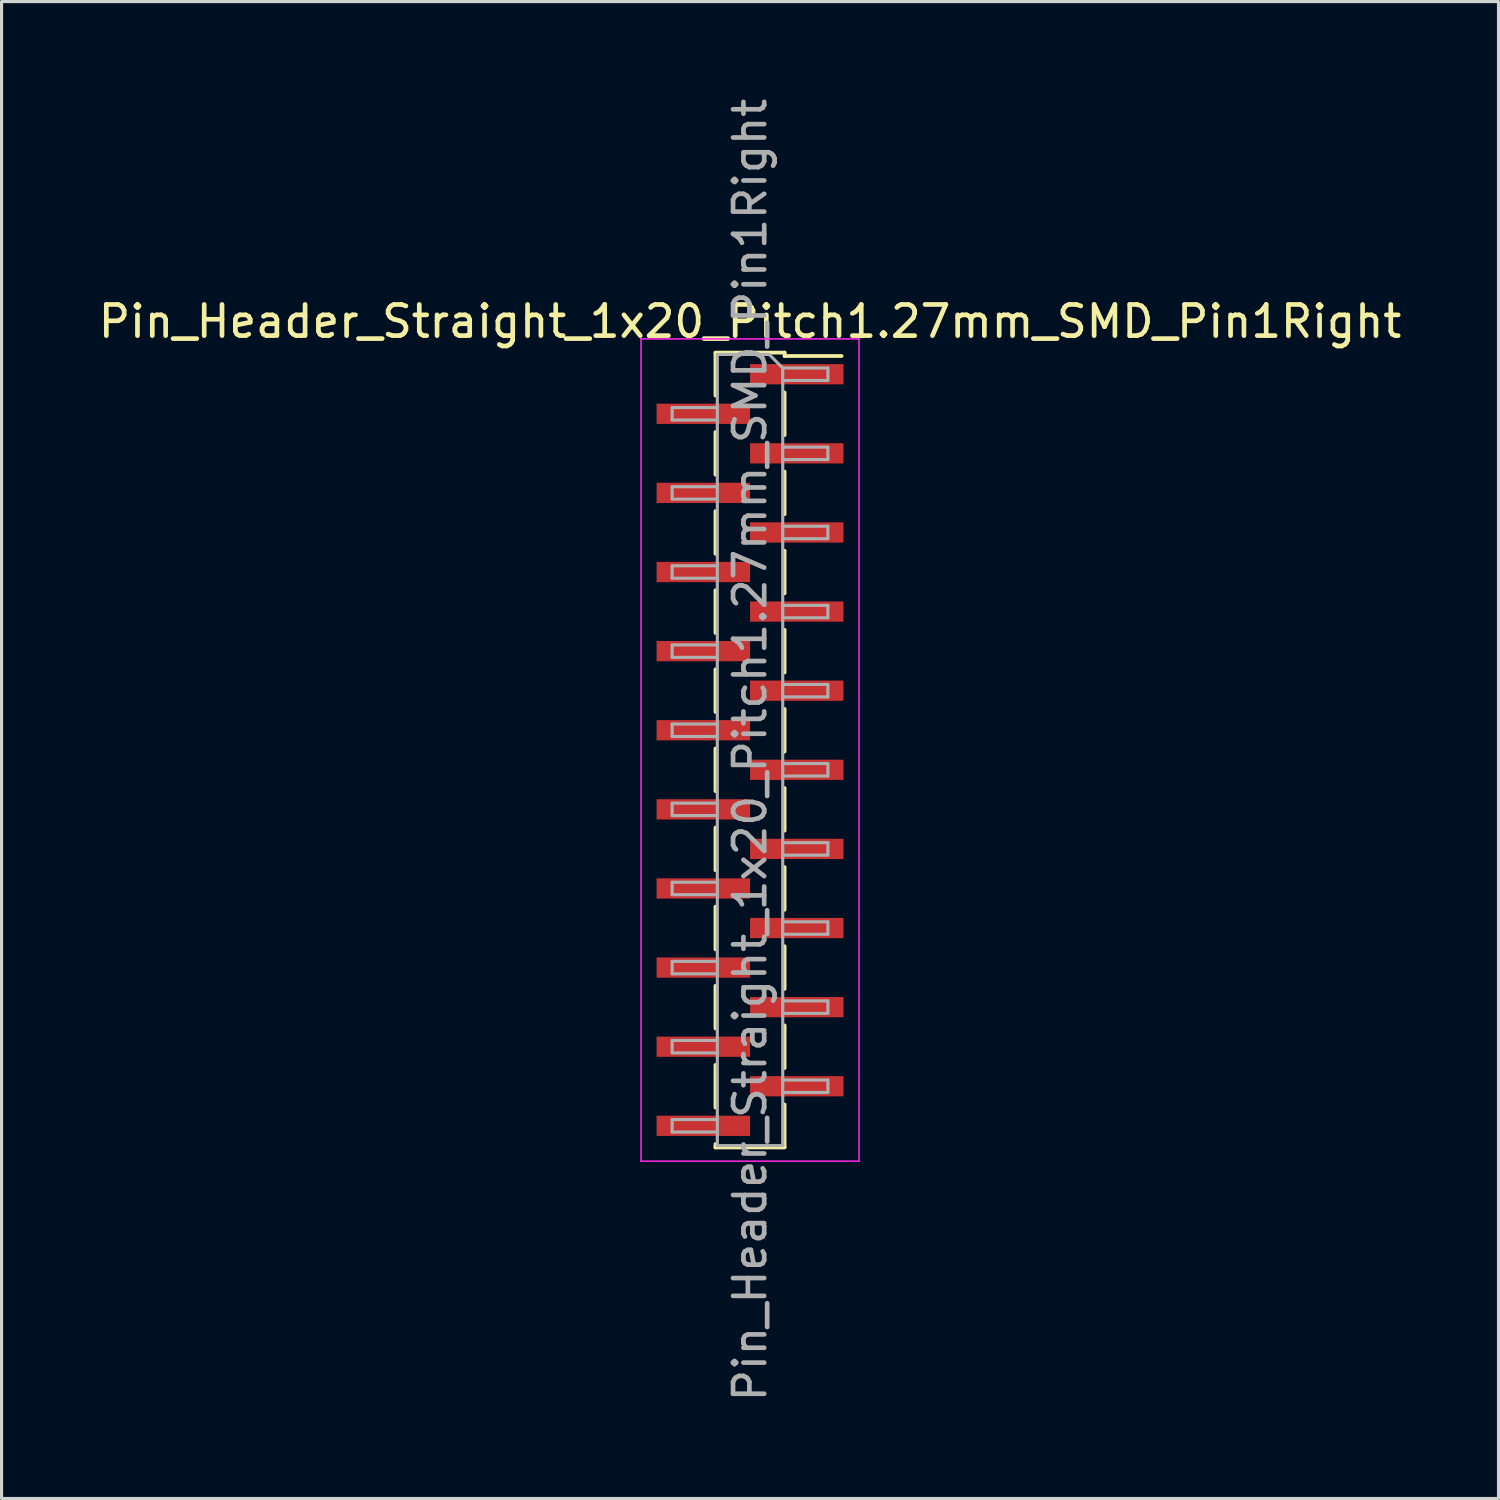
<source format=kicad_pcb>
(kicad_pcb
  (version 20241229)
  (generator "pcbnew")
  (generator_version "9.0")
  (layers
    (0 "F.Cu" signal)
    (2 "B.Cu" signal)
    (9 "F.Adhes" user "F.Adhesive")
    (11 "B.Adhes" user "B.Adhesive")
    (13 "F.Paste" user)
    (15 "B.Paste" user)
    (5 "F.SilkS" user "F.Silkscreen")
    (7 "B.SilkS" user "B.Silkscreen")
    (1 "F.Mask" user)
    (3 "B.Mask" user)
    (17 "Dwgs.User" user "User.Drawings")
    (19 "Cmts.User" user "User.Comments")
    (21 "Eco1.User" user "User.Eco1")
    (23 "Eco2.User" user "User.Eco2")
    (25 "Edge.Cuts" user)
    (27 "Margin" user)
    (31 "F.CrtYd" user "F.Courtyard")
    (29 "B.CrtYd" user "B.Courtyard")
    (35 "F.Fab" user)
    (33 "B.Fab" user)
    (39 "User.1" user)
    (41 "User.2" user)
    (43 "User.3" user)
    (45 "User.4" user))
  (footprint "Pin_Header_Straight_1x20_Pitch1.27mm_SMD_Pin1Right"
    (layer "F.Cu")
    (at 21.03 21.03)
    (property "Reference" "Pin_Header_Straight_1x20_Pitch1.27mm_SMD_Pin1Right" (at 0 -13.76 0) (layer "F.SilkS") (effects (font (size 1 1) (thickness 0.15))))
    (attr smd)
    (fp_line (start -1.11 -12.76) (end 1.11 -12.76) (stroke (width 0.12) (type solid)) (layer "F.SilkS"))
    (fp_line (start -1.11 -12.75) (end -1.11 -11.38) (stroke (width 0.12) (type solid)) (layer "F.SilkS"))
    (fp_line (start -1.11 -10.21) (end -1.11 -8.84) (stroke (width 0.12) (type solid)) (layer "F.SilkS"))
    (fp_line (start -1.11 -7.67) (end -1.11 -6.3) (stroke (width 0.12) (type solid)) (layer "F.SilkS"))
    (fp_line (start -1.11 -5.13) (end -1.11 -3.76) (stroke (width 0.12) (type solid)) (layer "F.SilkS"))
    (fp_line (start -1.11 -2.59) (end -1.11 -1.22) (stroke (width 0.12) (type solid)) (layer "F.SilkS"))
    (fp_line (start -1.11 -0.05) (end -1.11 1.32) (stroke (width 0.12) (type solid)) (layer "F.SilkS"))
    (fp_line (start -1.11 2.49) (end -1.11 3.86) (stroke (width 0.12) (type solid)) (layer "F.SilkS"))
    (fp_line (start -1.11 5.03) (end -1.11 6.4) (stroke (width 0.12) (type solid)) (layer "F.SilkS"))
    (fp_line (start -1.11 7.57) (end -1.11 8.94) (stroke (width 0.12) (type solid)) (layer "F.SilkS"))
    (fp_line (start -1.11 10.11) (end -1.11 11.48) (stroke (width 0.12) (type solid)) (layer "F.SilkS"))
    (fp_line (start -1.11 12.65) (end -1.11 12.76) (stroke (width 0.12) (type solid)) (layer "F.SilkS"))
    (fp_line (start -1.11 12.76) (end 1.11 12.76) (stroke (width 0.12) (type solid)) (layer "F.SilkS"))
    (fp_line (start 1.11 -12.76) (end 1.11 -12.65) (stroke (width 0.12) (type solid)) (layer "F.SilkS"))
    (fp_line (start 1.11 -12.65) (end 2.94 -12.65) (stroke (width 0.12) (type solid)) (layer "F.SilkS"))
    (fp_line (start 1.11 -11.48) (end 1.11 -10.11) (stroke (width 0.12) (type solid)) (layer "F.SilkS"))
    (fp_line (start 1.11 -8.94) (end 1.11 -7.57) (stroke (width 0.12) (type solid)) (layer "F.SilkS"))
    (fp_line (start 1.11 -6.4) (end 1.11 -5.03) (stroke (width 0.12) (type solid)) (layer "F.SilkS"))
    (fp_line (start 1.11 -3.86) (end 1.11 -2.49) (stroke (width 0.12) (type solid)) (layer "F.SilkS"))
    (fp_line (start 1.11 -1.32) (end 1.11 0.05) (stroke (width 0.12) (type solid)) (layer "F.SilkS"))
    (fp_line (start 1.11 1.22) (end 1.11 2.59) (stroke (width 0.12) (type solid)) (layer "F.SilkS"))
    (fp_line (start 1.11 3.76) (end 1.11 5.13) (stroke (width 0.12) (type solid)) (layer "F.SilkS"))
    (fp_line (start 1.11 6.3) (end 1.11 7.67) (stroke (width 0.12) (type solid)) (layer "F.SilkS"))
    (fp_line (start 1.11 8.84) (end 1.11 10.21) (stroke (width 0.12) (type solid)) (layer "F.SilkS"))
    (fp_line (start 1.11 11.38) (end 1.11 12.75) (stroke (width 0.12) (type solid)) (layer "F.SilkS"))
    (fp_line (start -3.5 -13.2) (end -3.5 13.2) (stroke (width 0.05) (type solid)) (layer "F.CrtYd"))
    (fp_line (start -3.5 13.2) (end 3.5 13.2) (stroke (width 0.05) (type solid)) (layer "F.CrtYd"))
    (fp_line (start 3.5 -13.2) (end -3.5 -13.2) (stroke (width 0.05) (type solid)) (layer "F.CrtYd"))
    (fp_line (start 3.5 13.2) (end 3.5 -13.2) (stroke (width 0.05) (type solid)) (layer "F.CrtYd"))
    (fp_line (start -2.5 -10.995) (end -2.5 -10.595) (stroke (width 0.1) (type solid)) (layer "F.Fab"))
    (fp_line (start -2.5 -10.595) (end -1.05 -10.595) (stroke (width 0.1) (type solid)) (layer "F.Fab"))
    (fp_line (start -2.5 -8.455) (end -2.5 -8.055) (stroke (width 0.1) (type solid)) (layer "F.Fab"))
    (fp_line (start -2.5 -8.055) (end -1.05 -8.055) (stroke (width 0.1) (type solid)) (layer "F.Fab"))
    (fp_line (start -2.5 -5.915) (end -2.5 -5.515) (stroke (width 0.1) (type solid)) (layer "F.Fab"))
    (fp_line (start -2.5 -5.515) (end -1.05 -5.515) (stroke (width 0.1) (type solid)) (layer "F.Fab"))
    (fp_line (start -2.5 -3.375) (end -2.5 -2.975) (stroke (width 0.1) (type solid)) (layer "F.Fab"))
    (fp_line (start -2.5 -2.975) (end -1.05 -2.975) (stroke (width 0.1) (type solid)) (layer "F.Fab"))
    (fp_line (start -2.5 -0.835) (end -2.5 -0.435) (stroke (width 0.1) (type solid)) (layer "F.Fab"))
    (fp_line (start -2.5 -0.435) (end -1.05 -0.435) (stroke (width 0.1) (type solid)) (layer "F.Fab"))
    (fp_line (start -2.5 1.705) (end -2.5 2.105) (stroke (width 0.1) (type solid)) (layer "F.Fab"))
    (fp_line (start -2.5 2.105) (end -1.05 2.105) (stroke (width 0.1) (type solid)) (layer "F.Fab"))
    (fp_line (start -2.5 4.245) (end -2.5 4.645) (stroke (width 0.1) (type solid)) (layer "F.Fab"))
    (fp_line (start -2.5 4.645) (end -1.05 4.645) (stroke (width 0.1) (type solid)) (layer "F.Fab"))
    (fp_line (start -2.5 6.785) (end -2.5 7.185) (stroke (width 0.1) (type solid)) (layer "F.Fab"))
    (fp_line (start -2.5 7.185) (end -1.05 7.185) (stroke (width 0.1) (type solid)) (layer "F.Fab"))
    (fp_line (start -2.5 9.325) (end -2.5 9.725) (stroke (width 0.1) (type solid)) (layer "F.Fab"))
    (fp_line (start -2.5 9.725) (end -1.05 9.725) (stroke (width 0.1) (type solid)) (layer "F.Fab"))
    (fp_line (start -2.5 11.865) (end -2.5 12.265) (stroke (width 0.1) (type solid)) (layer "F.Fab"))
    (fp_line (start -2.5 12.265) (end -1.05 12.265) (stroke (width 0.1) (type solid)) (layer "F.Fab"))
    (fp_line (start -1.05 -12.7) (end -1.05 12.7) (stroke (width 0.1) (type solid)) (layer "F.Fab"))
    (fp_line (start -1.05 -12.7) (end 0.615 -12.7) (stroke (width 0.1) (type solid)) (layer "F.Fab"))
    (fp_line (start -1.05 -10.995) (end -2.5 -10.995) (stroke (width 0.1) (type solid)) (layer "F.Fab"))
    (fp_line (start -1.05 -8.455) (end -2.5 -8.455) (stroke (width 0.1) (type solid)) (layer "F.Fab"))
    (fp_line (start -1.05 -5.915) (end -2.5 -5.915) (stroke (width 0.1) (type solid)) (layer "F.Fab"))
    (fp_line (start -1.05 -3.375) (end -2.5 -3.375) (stroke (width 0.1) (type solid)) (layer "F.Fab"))
    (fp_line (start -1.05 -0.835) (end -2.5 -0.835) (stroke (width 0.1) (type solid)) (layer "F.Fab"))
    (fp_line (start -1.05 1.705) (end -2.5 1.705) (stroke (width 0.1) (type solid)) (layer "F.Fab"))
    (fp_line (start -1.05 4.245) (end -2.5 4.245) (stroke (width 0.1) (type solid)) (layer "F.Fab"))
    (fp_line (start -1.05 6.785) (end -2.5 6.785) (stroke (width 0.1) (type solid)) (layer "F.Fab"))
    (fp_line (start -1.05 9.325) (end -2.5 9.325) (stroke (width 0.1) (type solid)) (layer "F.Fab"))
    (fp_line (start -1.05 11.865) (end -2.5 11.865) (stroke (width 0.1) (type solid)) (layer "F.Fab"))
    (fp_line (start 1.05 -12.265) (end 0.615 -12.7) (stroke (width 0.1) (type solid)) (layer "F.Fab"))
    (fp_line (start 1.05 -12.265) (end 2.5 -12.265) (stroke (width 0.1) (type solid)) (layer "F.Fab"))
    (fp_line (start 1.05 -9.725) (end 2.5 -9.725) (stroke (width 0.1) (type solid)) (layer "F.Fab"))
    (fp_line (start 1.05 -7.185) (end 2.5 -7.185) (stroke (width 0.1) (type solid)) (layer "F.Fab"))
    (fp_line (start 1.05 -4.645) (end 2.5 -4.645) (stroke (width 0.1) (type solid)) (layer "F.Fab"))
    (fp_line (start 1.05 -2.105) (end 2.5 -2.105) (stroke (width 0.1) (type solid)) (layer "F.Fab"))
    (fp_line (start 1.05 0.435) (end 2.5 0.435) (stroke (width 0.1) (type solid)) (layer "F.Fab"))
    (fp_line (start 1.05 2.975) (end 2.5 2.975) (stroke (width 0.1) (type solid)) (layer "F.Fab"))
    (fp_line (start 1.05 5.515) (end 2.5 5.515) (stroke (width 0.1) (type solid)) (layer "F.Fab"))
    (fp_line (start 1.05 8.055) (end 2.5 8.055) (stroke (width 0.1) (type solid)) (layer "F.Fab"))
    (fp_line (start 1.05 10.595) (end 2.5 10.595) (stroke (width 0.1) (type solid)) (layer "F.Fab"))
    (fp_line (start 1.05 12.7) (end -1.05 12.7) (stroke (width 0.1) (type solid)) (layer "F.Fab"))
    (fp_line (start 1.05 12.7) (end 1.05 -12.265) (stroke (width 0.1) (type solid)) (layer "F.Fab"))
    (fp_line (start 2.5 -12.265) (end 2.5 -11.865) (stroke (width 0.1) (type solid)) (layer "F.Fab"))
    (fp_line (start 2.5 -11.865) (end 1.05 -11.865) (stroke (width 0.1) (type solid)) (layer "F.Fab"))
    (fp_line (start 2.5 -9.725) (end 2.5 -9.325) (stroke (width 0.1) (type solid)) (layer "F.Fab"))
    (fp_line (start 2.5 -9.325) (end 1.05 -9.325) (stroke (width 0.1) (type solid)) (layer "F.Fab"))
    (fp_line (start 2.5 -7.185) (end 2.5 -6.785) (stroke (width 0.1) (type solid)) (layer "F.Fab"))
    (fp_line (start 2.5 -6.785) (end 1.05 -6.785) (stroke (width 0.1) (type solid)) (layer "F.Fab"))
    (fp_line (start 2.5 -4.645) (end 2.5 -4.245) (stroke (width 0.1) (type solid)) (layer "F.Fab"))
    (fp_line (start 2.5 -4.245) (end 1.05 -4.245) (stroke (width 0.1) (type solid)) (layer "F.Fab"))
    (fp_line (start 2.5 -2.105) (end 2.5 -1.705) (stroke (width 0.1) (type solid)) (layer "F.Fab"))
    (fp_line (start 2.5 -1.705) (end 1.05 -1.705) (stroke (width 0.1) (type solid)) (layer "F.Fab"))
    (fp_line (start 2.5 0.435) (end 2.5 0.835) (stroke (width 0.1) (type solid)) (layer "F.Fab"))
    (fp_line (start 2.5 0.835) (end 1.05 0.835) (stroke (width 0.1) (type solid)) (layer "F.Fab"))
    (fp_line (start 2.5 2.975) (end 2.5 3.375) (stroke (width 0.1) (type solid)) (layer "F.Fab"))
    (fp_line (start 2.5 3.375) (end 1.05 3.375) (stroke (width 0.1) (type solid)) (layer "F.Fab"))
    (fp_line (start 2.5 5.515) (end 2.5 5.915) (stroke (width 0.1) (type solid)) (layer "F.Fab"))
    (fp_line (start 2.5 5.915) (end 1.05 5.915) (stroke (width 0.1) (type solid)) (layer "F.Fab"))
    (fp_line (start 2.5 8.055) (end 2.5 8.455) (stroke (width 0.1) (type solid)) (layer "F.Fab"))
    (fp_line (start 2.5 8.455) (end 1.05 8.455) (stroke (width 0.1) (type solid)) (layer "F.Fab"))
    (fp_line (start 2.5 10.595) (end 2.5 10.995) (stroke (width 0.1) (type solid)) (layer "F.Fab"))
    (fp_line (start 2.5 10.995) (end 1.05 10.995) (stroke (width 0.1) (type solid)) (layer "F.Fab"))
    (fp_text user "${REFERENCE}" (at 0 0 90) (layer "F.Fab") (effects (font (size 1 1) (thickness 0.15))))
    (pad "1" smd rect (at 1.5 -12.065) (size 3 0.65) (layers "F.Cu" "F.Mask" "F.Paste"))
    (pad "2" smd rect (at -1.5 -10.795) (size 3 0.65) (layers "F.Cu" "F.Mask" "F.Paste"))
    (pad "3" smd rect (at 1.5 -9.525) (size 3 0.65) (layers "F.Cu" "F.Mask" "F.Paste"))
    (pad "4" smd rect (at -1.5 -8.255) (size 3 0.65) (layers "F.Cu" "F.Mask" "F.Paste"))
    (pad "5" smd rect (at 1.5 -6.985) (size 3 0.65) (layers "F.Cu" "F.Mask" "F.Paste"))
    (pad "6" smd rect (at -1.5 -5.715) (size 3 0.65) (layers "F.Cu" "F.Mask" "F.Paste"))
    (pad "7" smd rect (at 1.5 -4.445) (size 3 0.65) (layers "F.Cu" "F.Mask" "F.Paste"))
    (pad "8" smd rect (at -1.5 -3.175) (size 3 0.65) (layers "F.Cu" "F.Mask" "F.Paste"))
    (pad "9" smd rect (at 1.5 -1.905) (size 3 0.65) (layers "F.Cu" "F.Mask" "F.Paste"))
    (pad "10" smd rect (at -1.5 -0.635) (size 3 0.65) (layers "F.Cu" "F.Mask" "F.Paste"))
    (pad "11" smd rect (at 1.5 0.635) (size 3 0.65) (layers "F.Cu" "F.Mask" "F.Paste"))
    (pad "12" smd rect (at -1.5 1.905) (size 3 0.65) (layers "F.Cu" "F.Mask" "F.Paste"))
    (pad "13" smd rect (at 1.5 3.175) (size 3 0.65) (layers "F.Cu" "F.Mask" "F.Paste"))
    (pad "14" smd rect (at -1.5 4.445) (size 3 0.65) (layers "F.Cu" "F.Mask" "F.Paste"))
    (pad "15" smd rect (at 1.5 5.715) (size 3 0.65) (layers "F.Cu" "F.Mask" "F.Paste"))
    (pad "16" smd rect (at -1.5 6.985) (size 3 0.65) (layers "F.Cu" "F.Mask" "F.Paste"))
    (pad "17" smd rect (at 1.5 8.255) (size 3 0.65) (layers "F.Cu" "F.Mask" "F.Paste"))
    (pad "18" smd rect (at -1.5 9.525) (size 3 0.65) (layers "F.Cu" "F.Mask" "F.Paste"))
    (pad "19" smd rect (at 1.5 10.795) (size 3 0.65) (layers "F.Cu" "F.Mask" "F.Paste"))
    (pad "20" smd rect (at -1.5 12.065) (size 3 0.65) (layers "F.Cu" "F.Mask" "F.Paste")))
  (gr_rect
    (start -3 -3)
    (end 45.06 45.06)
    (stroke (width 0.1) (type default))
    (fill no)
    (layer "Edge.Cuts")))
</source>
